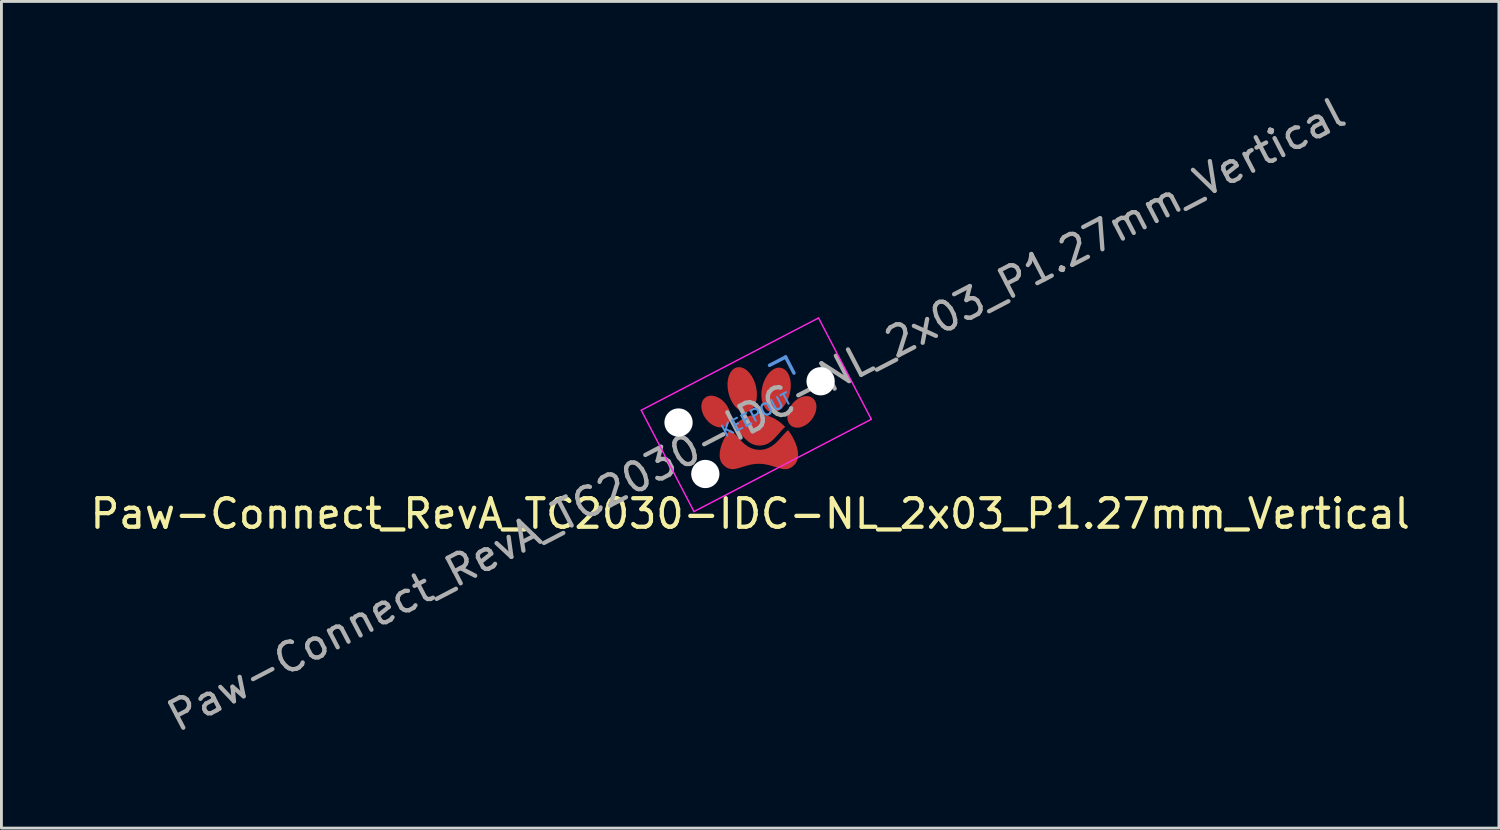
<source format=kicad_pcb>
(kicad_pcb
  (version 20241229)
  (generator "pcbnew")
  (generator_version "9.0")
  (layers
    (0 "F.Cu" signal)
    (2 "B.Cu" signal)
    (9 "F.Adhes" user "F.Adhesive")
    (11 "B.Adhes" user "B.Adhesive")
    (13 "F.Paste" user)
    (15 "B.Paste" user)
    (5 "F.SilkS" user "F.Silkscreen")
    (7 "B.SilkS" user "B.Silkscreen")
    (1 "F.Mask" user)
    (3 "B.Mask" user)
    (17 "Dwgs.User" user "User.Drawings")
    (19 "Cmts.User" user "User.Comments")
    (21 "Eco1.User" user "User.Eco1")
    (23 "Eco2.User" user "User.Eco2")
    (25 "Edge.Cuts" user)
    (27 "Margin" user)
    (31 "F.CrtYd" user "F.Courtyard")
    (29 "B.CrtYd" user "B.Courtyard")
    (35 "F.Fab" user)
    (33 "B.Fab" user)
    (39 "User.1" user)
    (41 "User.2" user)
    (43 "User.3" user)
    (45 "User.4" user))
  (footprint "Paw-Connect_RevA_TC2030-IDC-NL_2x03_P1.27mm_Vertical"
    (layer "F.Cu")
    (at 23.2 11.931)
    (property "Reference" "Paw-Connect_RevA_TC2030-IDC-NL_2x03_P1.27mm_Vertical" (at 0.02 3.01 0) (layer "F.SilkS") (effects (font (size 1 1) (thickness 0.15))))
    (attr exclude_from_pos_files exclude_from_bom)
    (fp_poly (pts (xy 0.391 -0.466) (xy 0.457 -0.459) (xy 0.522 -0.449) (xy 0.586 -0.435) (xy 0.649 -0.418) (xy 0.711 -0.397) (xy 0.771 -0.372) (xy 0.83 -0.344) (xy 0.888 -0.314) (xy 0.944 -0.28) (xy 0.998 -0.244) (xy 1.051 -0.206) (xy 1.102 -0.165) (xy 1.152 -0.122) (xy 1.199 -0.077) (xy 1.245 -0.03) (xy 1.219 -0.007) (xy 1.193 0.017) (xy 1.168 0.042) (xy 1.143 0.068) (xy 1.095 0.12) (xy 1.048 0.173) (xy 0.955 0.278) (xy 0.909 0.329) (xy 0.885 0.354) (xy 0.861 0.378) (xy 0.835 0.404) (xy 0.808 0.429) (xy 0.781 0.453) (xy 0.753 0.475) (xy 0.725 0.496) (xy 0.697 0.516) (xy 0.667 0.535) (xy 0.636 0.552) (xy 0.605 0.567) (xy 0.573 0.58) (xy 0.539 0.592) (xy 0.504 0.602) (xy 0.468 0.61) (xy 0.43 0.616) (xy 0.391 0.619) (xy 0.35 0.621) (xy 0.329 0.62) (xy 0.309 0.619) (xy 0.289 0.618) (xy 0.269 0.616) (xy 0.25 0.613) (xy 0.232 0.61) (xy 0.195 0.602) (xy 0.16 0.592) (xy 0.127 0.58) (xy 0.094 0.567) (xy 0.063 0.552) (xy 0.032 0.535) (xy 0.003 0.516) (xy -0.026 0.496) (xy -0.054 0.475) (xy -0.082 0.453) (xy -0.109 0.429) (xy -0.136 0.404) (xy -0.162 0.378) (xy -0.188 0.353) (xy -0.213 0.326) (xy -0.262 0.271) (xy -0.361 0.158) (xy -0.411 0.102) (xy -0.437 0.074) (xy -0.463 0.047) (xy -0.49 0.021) (xy -0.518 -0.005) (xy -0.546 -0.03) (xy -0.575 -0.055) (xy -0.529 -0.099) (xy -0.482 -0.142) (xy -0.434 -0.182) (xy -0.384 -0.221) (xy -0.332 -0.257) (xy -0.279 -0.291) (xy -0.224 -0.323) (xy -0.168 -0.352) (xy -0.111 -0.378) (xy -0.052 -0.401) (xy 0.008 -0.421) (xy 0.069 -0.437) (xy 0.131 -0.451) (xy 0.194 -0.46) (xy 0.258 -0.466) (xy 0.323 -0.468)) (stroke (width 0) (type solid)) (fill yes) (layer "F.Mask"))
    (fp_poly (pts (xy -0.356 -2.123) (xy -0.331 -2.121) (xy -0.306 -2.117) (xy -0.281 -2.111) (xy -0.256 -2.103) (xy -0.231 -2.094) (xy -0.206 -2.082) (xy -0.181 -2.069) (xy -0.157 -2.055) (xy -0.133 -2.038) (xy -0.109 -2.02) (xy -0.085 -2.001) (xy -0.062 -1.98) (xy -0.04 -1.958) (xy -0.018 -1.934) (xy 0.004 -1.908) (xy 0.025 -1.882) (xy 0.045 -1.854) (xy 0.065 -1.825) (xy 0.084 -1.794) (xy 0.102 -1.763) (xy 0.12 -1.73) (xy 0.136 -1.696) (xy 0.152 -1.661) (xy 0.167 -1.625) (xy 0.181 -1.588) (xy 0.194 -1.55) (xy 0.205 -1.511) (xy 0.216 -1.472) (xy 0.234 -1.392) (xy 0.246 -1.313) (xy 0.253 -1.236) (xy 0.255 -1.16) (xy 0.253 -1.087) (xy 0.245 -1.016) (xy 0.233 -0.949) (xy 0.216 -0.885) (xy 0.195 -0.825) (xy 0.17 -0.771) (xy 0.141 -0.721) (xy 0.107 -0.676) (xy 0.089 -0.656) (xy 0.07 -0.638) (xy 0.05 -0.621) (xy 0.03 -0.606) (xy 0.008 -0.593) (xy -0.015 -0.581) (xy -0.038 -0.571) (xy -0.062 -0.563) (xy -0.087 -0.557) (xy -0.112 -0.554) (xy -0.137 -0.552) (xy -0.162 -0.552) (xy -0.187 -0.554) (xy -0.212 -0.558) (xy -0.238 -0.564) (xy -0.263 -0.572) (xy -0.288 -0.581) (xy -0.313 -0.593) (xy -0.337 -0.606) (xy -0.362 -0.62) (xy -0.386 -0.637) (xy -0.409 -0.655) (xy -0.433 -0.674) (xy -0.456 -0.695) (xy -0.478 -0.718) (xy -0.501 -0.742) (xy -0.522 -0.767) (xy -0.543 -0.793) (xy -0.563 -0.821) (xy -0.583 -0.851) (xy -0.602 -0.881) (xy -0.62 -0.913) (xy -0.638 -0.945) (xy -0.654 -0.979) (xy -0.67 -1.014) (xy -0.685 -1.05) (xy -0.699 -1.087) (xy -0.712 -1.125) (xy -0.724 -1.164) (xy -0.734 -1.203) (xy -0.752 -1.283) (xy -0.764 -1.362) (xy -0.772 -1.44) (xy -0.774 -1.515) (xy -0.771 -1.589) (xy -0.763 -1.659) (xy -0.751 -1.727) (xy -0.734 -1.79) (xy -0.713 -1.85) (xy -0.688 -1.905) (xy -0.659 -1.955) (xy -0.626 -1.999) (xy -0.607 -2.019) (xy -0.588 -2.037) (xy -0.569 -2.054) (xy -0.548 -2.069) (xy -0.526 -2.083) (xy -0.504 -2.094) (xy -0.48 -2.104) (xy -0.456 -2.112) (xy -0.431 -2.118) (xy -0.406 -2.122) (xy -0.381 -2.123)) (stroke (width 0) (type solid)) (fill yes) (layer "F.Mask"))
    (fp_poly (pts (xy 1.052 -2.107) (xy 1.077 -2.104) (xy 1.102 -2.1) (xy 1.126 -2.094) (xy 1.151 -2.085) (xy 1.174 -2.075) (xy 1.196 -2.063) (xy 1.218 -2.049) (xy 1.239 -2.033) (xy 1.259 -2.016) (xy 1.277 -1.997) (xy 1.295 -1.977) (xy 1.329 -1.931) (xy 1.358 -1.881) (xy 1.383 -1.825) (xy 1.404 -1.765) (xy 1.42 -1.701) (xy 1.432 -1.634) (xy 1.439 -1.563) (xy 1.442 -1.49) (xy 1.44 -1.414) (xy 1.432 -1.337) (xy 1.42 -1.258) (xy 1.402 -1.179) (xy 1.391 -1.139) (xy 1.379 -1.101) (xy 1.366 -1.063) (xy 1.352 -1.026) (xy 1.337 -0.991) (xy 1.321 -0.956) (xy 1.304 -0.923) (xy 1.287 -0.89) (xy 1.268 -0.859) (xy 1.249 -0.829) (xy 1.23 -0.801) (xy 1.209 -0.773) (xy 1.188 -0.747) (xy 1.167 -0.722) (xy 1.144 -0.699) (xy 1.122 -0.677) (xy 1.099 -0.656) (xy 1.075 -0.638) (xy 1.051 -0.62) (xy 1.027 -0.604) (xy 1.003 -0.59) (xy 0.978 -0.578) (xy 0.953 -0.567) (xy 0.928 -0.558) (xy 0.903 -0.551) (xy 0.878 -0.546) (xy 0.853 -0.542) (xy 0.827 -0.54) (xy 0.802 -0.541) (xy 0.777 -0.543) (xy 0.752 -0.548) (xy 0.728 -0.554) (xy 0.703 -0.563) (xy 0.68 -0.573) (xy 0.658 -0.585) (xy 0.636 -0.599) (xy 0.615 -0.615) (xy 0.595 -0.632) (xy 0.576 -0.651) (xy 0.558 -0.671) (xy 0.525 -0.716) (xy 0.496 -0.767) (xy 0.471 -0.822) (xy 0.45 -0.882) (xy 0.434 -0.946) (xy 0.422 -1.014) (xy 0.414 -1.085) (xy 0.412 -1.158) (xy 0.414 -1.234) (xy 0.422 -1.311) (xy 0.434 -1.39) (xy 0.452 -1.469) (xy 0.452 -1.469) (xy 0.463 -1.508) (xy 0.475 -1.547) (xy 0.488 -1.585) (xy 0.502 -1.621) (xy 0.517 -1.657) (xy 0.533 -1.691) (xy 0.55 -1.725) (xy 0.567 -1.757) (xy 0.585 -1.788) (xy 0.605 -1.818) (xy 0.624 -1.847) (xy 0.645 -1.875) (xy 0.666 -1.901) (xy 0.687 -1.926) (xy 0.71 -1.949) (xy 0.732 -1.971) (xy 0.755 -1.991) (xy 0.779 -2.01) (xy 0.803 -2.028) (xy 0.827 -2.043) (xy 0.851 -2.057) (xy 0.876 -2.07) (xy 0.901 -2.081) (xy 0.926 -2.09) (xy 0.951 -2.097) (xy 0.976 -2.102) (xy 1.001 -2.106) (xy 1.027 -2.107)) (stroke (width 0) (type solid)) (fill yes) (layer "F.Mask"))
    (fp_poly (pts (xy -1.33 -1.124) (xy -1.307 -1.122) (xy -1.283 -1.12) (xy -1.259 -1.116) (xy -1.234 -1.11) (xy -1.21 -1.104) (xy -1.185 -1.096) (xy -1.161 -1.087) (xy -1.136 -1.077) (xy -1.112 -1.066) (xy -1.087 -1.053) (xy -1.063 -1.039) (xy -1.039 -1.024) (xy -1.015 -1.008) (xy -0.991 -0.991) (xy -0.968 -0.972) (xy -0.945 -0.953) (xy -0.922 -0.932) (xy -0.9 -0.91) (xy -0.857 -0.863) (xy -0.819 -0.814) (xy -0.786 -0.764) (xy -0.756 -0.713) (xy -0.73 -0.66) (xy -0.709 -0.607) (xy -0.693 -0.554) (xy -0.681 -0.501) (xy -0.673 -0.448) (xy -0.67 -0.397) (xy -0.67 -0.372) (xy -0.672 -0.347) (xy -0.675 -0.322) (xy -0.679 -0.299) (xy -0.684 -0.275) (xy -0.69 -0.253) (xy -0.698 -0.231) (xy -0.706 -0.209) (xy -0.716 -0.189) (xy -0.728 -0.169) (xy -0.74 -0.15) (xy -0.754 -0.132) (xy -0.769 -0.115) (xy -0.785 -0.099) (xy -0.802 -0.085) (xy -0.819 -0.072) (xy -0.838 -0.061) (xy -0.857 -0.05) (xy -0.876 -0.042) (xy -0.897 -0.034) (xy -0.918 -0.028) (xy -0.939 -0.023) (xy -0.961 -0.019) (xy -0.984 -0.017) (xy -1.007 -0.015) (xy -1.03 -0.016) (xy -1.053 -0.017) (xy -1.077 -0.02) (xy -1.101 -0.024) (xy -1.125 -0.029) (xy -1.15 -0.035) (xy -1.174 -0.043) (xy -1.199 -0.052) (xy -1.224 -0.062) (xy -1.248 -0.073) (xy -1.273 -0.086) (xy -1.297 -0.1) (xy -1.321 -0.115) (xy -1.345 -0.131) (xy -1.369 -0.148) (xy -1.392 -0.167) (xy -1.415 -0.187) (xy -1.438 -0.208) (xy -1.46 -0.23) (xy -1.502 -0.276) (xy -1.54 -0.325) (xy -1.574 -0.375) (xy -1.604 -0.427) (xy -1.629 -0.479) (xy -1.65 -0.532) (xy -1.667 -0.586) (xy -1.679 -0.639) (xy -1.687 -0.691) (xy -1.69 -0.743) (xy -1.689 -0.768) (xy -1.688 -0.793) (xy -1.685 -0.817) (xy -1.681 -0.841) (xy -1.676 -0.864) (xy -1.67 -0.887) (xy -1.662 -0.909) (xy -1.653 -0.93) (xy -1.643 -0.951) (xy -1.632 -0.97) (xy -1.62 -0.989) (xy -1.606 -1.007) (xy -1.591 -1.024) (xy -1.575 -1.04) (xy -1.558 -1.054) (xy -1.54 -1.067) (xy -1.522 -1.079) (xy -1.503 -1.089) (xy -1.483 -1.098) (xy -1.463 -1.105) (xy -1.442 -1.112) (xy -1.421 -1.117) (xy -1.399 -1.12) (xy -1.376 -1.123) (xy -1.353 -1.124)) (stroke (width 0) (type solid)) (fill yes) (layer "F.Mask"))
    (fp_poly (pts (xy 2.003 -1.11) (xy 2.026 -1.109) (xy 2.048 -1.107) (xy 2.07 -1.103) (xy 2.092 -1.097) (xy 2.113 -1.091) (xy 2.133 -1.083) (xy 2.153 -1.074) (xy 2.172 -1.064) (xy 2.19 -1.052) (xy 2.208 -1.039) (xy 2.224 -1.025) (xy 2.24 -1.009) (xy 2.255 -0.992) (xy 2.269 -0.974) (xy 2.282 -0.955) (xy 2.293 -0.935) (xy 2.303 -0.914) (xy 2.312 -0.893) (xy 2.319 -0.871) (xy 2.326 -0.848) (xy 2.331 -0.825) (xy 2.335 -0.801) (xy 2.337 -0.776) (xy 2.339 -0.752) (xy 2.339 -0.726) (xy 2.336 -0.675) (xy 2.328 -0.623) (xy 2.316 -0.57) (xy 2.299 -0.517) (xy 2.278 -0.464) (xy 2.253 -0.411) (xy 2.223 -0.36) (xy 2.189 -0.31) (xy 2.151 -0.262) (xy 2.109 -0.215) (xy 2.087 -0.194) (xy 2.064 -0.173) (xy 2.041 -0.153) (xy 2.017 -0.135) (xy 1.994 -0.118) (xy 1.97 -0.102) (xy 1.945 -0.087) (xy 1.921 -0.073) (xy 1.897 -0.061) (xy 1.872 -0.05) (xy 1.847 -0.04) (xy 1.823 -0.031) (xy 1.798 -0.024) (xy 1.774 -0.017) (xy 1.75 -0.012) (xy 1.726 -0.009) (xy 1.702 -0.006) (xy 1.678 -0.005) (xy 1.655 -0.005) (xy 1.632 -0.006) (xy 1.61 -0.009) (xy 1.588 -0.013) (xy 1.566 -0.018) (xy 1.545 -0.024) (xy 1.525 -0.032) (xy 1.505 -0.041) (xy 1.486 -0.051) (xy 1.468 -0.063) (xy 1.45 -0.076) (xy 1.434 -0.091) (xy 1.418 -0.106) (xy 1.403 -0.123) (xy 1.389 -0.141) (xy 1.376 -0.161) (xy 1.365 -0.18) (xy 1.355 -0.201) (xy 1.346 -0.222) (xy 1.339 -0.245) (xy 1.332 -0.267) (xy 1.327 -0.291) (xy 1.323 -0.314) (xy 1.321 -0.339) (xy 1.319 -0.364) (xy 1.319 -0.389) (xy 1.322 -0.44) (xy 1.33 -0.492) (xy 1.342 -0.545) (xy 1.359 -0.599) (xy 1.38 -0.651) (xy 1.405 -0.704) (xy 1.435 -0.755) (xy 1.469 -0.805) (xy 1.507 -0.854) (xy 1.549 -0.9) (xy 1.571 -0.922) (xy 1.594 -0.942) (xy 1.617 -0.962) (xy 1.641 -0.98) (xy 1.664 -0.998) (xy 1.688 -1.014) (xy 1.713 -1.028) (xy 1.737 -1.042) (xy 1.761 -1.054) (xy 1.786 -1.066) (xy 1.811 -1.075) (xy 1.835 -1.084) (xy 1.86 -1.092) (xy 1.884 -1.098) (xy 1.908 -1.103) (xy 1.932 -1.107) (xy 1.956 -1.109) (xy 1.98 -1.11)) (stroke (width 0) (type solid)) (fill yes) (layer "F.Mask"))
    (fp_poly (pts (xy -0.65 0.078) (xy -0.625 0.1) (xy -0.6 0.123) (xy -0.576 0.148) (xy -0.527 0.2) (xy -0.477 0.254) (xy -0.376 0.369) (xy -0.323 0.427) (xy -0.296 0.455) (xy -0.268 0.484) (xy -0.239 0.512) (xy -0.208 0.54) (xy -0.177 0.567) (xy -0.145 0.593) (xy -0.111 0.618) (xy -0.076 0.641) (xy -0.04 0.664) (xy -0.003 0.684) (xy 0.036 0.703) (xy 0.076 0.72) (xy 0.118 0.735) (xy 0.161 0.747) (xy 0.206 0.757) (xy 0.252 0.765) (xy 0.3 0.769) (xy 0.35 0.771) (xy 0.375 0.771) (xy 0.4 0.769) (xy 0.424 0.767) (xy 0.448 0.765) (xy 0.471 0.761) (xy 0.494 0.757) (xy 0.516 0.752) (xy 0.539 0.747) (xy 0.582 0.735) (xy 0.623 0.72) (xy 0.663 0.703) (xy 0.702 0.684) (xy 0.739 0.664) (xy 0.775 0.641) (xy 0.81 0.618) (xy 0.844 0.593) (xy 0.876 0.567) (xy 0.907 0.54) (xy 0.938 0.512) (xy 0.967 0.484) (xy 0.993 0.458) (xy 1.018 0.431) (xy 1.067 0.378) (xy 1.161 0.272) (xy 1.207 0.22) (xy 1.252 0.171) (xy 1.275 0.148) (xy 1.298 0.125) (xy 1.32 0.103) (xy 1.343 0.083) (xy 1.403 0.161) (xy 1.457 0.241) (xy 1.506 0.323) (xy 1.55 0.406) (xy 1.589 0.49) (xy 1.622 0.573) (xy 1.649 0.655) (xy 1.67 0.736) (xy 1.685 0.815) (xy 1.694 0.891) (xy 1.696 0.928) (xy 1.696 0.964) (xy 1.694 0.999) (xy 1.691 1.033) (xy 1.686 1.066) (xy 1.679 1.098) (xy 1.671 1.129) (xy 1.661 1.158) (xy 1.648 1.186) (xy 1.634 1.212) (xy 1.618 1.237) (xy 1.6 1.26) (xy 1.567 1.297) (xy 1.535 1.329) (xy 1.502 1.356) (xy 1.469 1.38) (xy 1.437 1.4) (xy 1.404 1.416) (xy 1.371 1.428) (xy 1.338 1.437) (xy 1.305 1.443) (xy 1.272 1.447) (xy 1.238 1.447) (xy 1.204 1.446) (xy 1.169 1.442) (xy 1.134 1.436) (xy 1.062 1.42) (xy 0.741 1.323) (xy 0.65 1.3) (xy 0.553 1.28) (xy 0.503 1.273) (xy 0.452 1.267) (xy 0.398 1.263) (xy 0.344 1.26) (xy 0.304 1.26) (xy 0.249 1.263) (xy 0.196 1.267) (xy 0.144 1.273) (xy 0.094 1.28) (xy 0.045 1.289) (xy -0.002 1.3) (xy -0.093 1.323) (xy -0.415 1.42) (xy -0.487 1.436) (xy -0.522 1.442) (xy -0.557 1.446) (xy -0.591 1.447) (xy -0.625 1.447) (xy -0.658 1.443) (xy -0.692 1.437) (xy -0.725 1.428) (xy -0.757 1.416) (xy -0.79 1.4) (xy -0.822 1.38) (xy -0.855 1.356) (xy -0.888 1.329) (xy -0.921 1.297) (xy -0.954 1.26) (xy -0.972 1.236) (xy -0.988 1.211) (xy -1.002 1.184) (xy -1.015 1.156) (xy -1.025 1.126) (xy -1.034 1.094) (xy -1.04 1.062) (xy -1.045 1.028) (xy -1.049 0.957) (xy -1.046 0.882) (xy -1.037 0.804) (xy -1.02 0.723) (xy -0.997 0.64) (xy -0.968 0.555) (xy -0.933 0.47) (xy -0.893 0.385) (xy -0.846 0.301) (xy -0.794 0.217) (xy -0.737 0.136) (xy -0.676 0.057)) (stroke (width 0) (type solid)) (fill yes) (layer "F.Mask"))
    (fp_line (start 0.697 -2.187) (end 1.26 -2.48) (stroke (width 0.12) (type solid)) (layer "Cmts.User"))
    (fp_line (start 1.26 -2.48) (end 1.553 -1.917) (stroke (width 0.12) (type solid)) (layer "Cmts.User"))
    (fp_line (start -3.795 -0.615) (end 2.414 -3.847) (stroke (width 0.05) (type solid)) (layer "F.CrtYd"))
    (fp_line (start -1.948 2.933) (end -3.795 -0.615) (stroke (width 0.05) (type solid)) (layer "F.CrtYd"))
    (fp_line (start 2.414 -3.847) (end 4.261 -0.299) (stroke (width 0.05) (type solid)) (layer "F.CrtYd"))
    (fp_line (start 4.261 -0.299) (end -1.948 2.933) (stroke (width 0.05) (type solid)) (layer "F.CrtYd"))
    (fp_text user "KEEPOUT" (at 0.233 -0.457 207.5) (layer "Cmts.User") (effects (font (size 0.4 0.4) (thickness 0.07))))
    (fp_text user "${REFERENCE}" (at 0.233 -0.457 207.5) (layer "F.Fab") (effects (font (size 1 1) (thickness 0.15))))
    (pad "" np_thru_hole circle (at -2.489 -0.185 207.5) (size 0.991 0.991) (drill 0.991) (layers "*.Cu" "*.Mask"))
    (pad "" np_thru_hole circle (at -1.551 1.617 207.5) (size 0.991 0.991) (drill 0.991) (layers "*.Cu" "*.Mask"))
    (pad "" np_thru_hole circle (at 2.486 -1.63 207.5) (size 0.991 0.991) (drill 0.991) (layers "*.Cu" "*.Mask"))
    (pad "1" connect custom (at 0.93 -1.28 207.5) (size 0.787 0.787) (layers "F.Cu" "F.Mask") (options (anchor circle)) (primitives (gr_poly (pts (xy -0.49 0.677) (xy -0.511 0.664) (xy -0.531 0.648) (xy -0.55 0.631) (xy -0.567 0.612) (xy -0.583 0.592) (xy -0.598 0.571) (xy -0.61 0.549) (xy -0.622 0.525) (xy -0.631 0.501) (xy -0.639 0.475) (xy -0.646 0.449) (xy -0.654 0.394) (xy -0.657 0.336) (xy -0.654 0.275) (xy -0.644 0.212) (xy -0.629 0.147) (xy -0.609 0.082) (xy -0.583 0.016) (xy -0.551 -0.05) (xy -0.514 -0.116) (xy -0.472 -0.182) (xy -0.424 -0.246) (xy -0.372 -0.308) (xy -0.344 -0.338) (xy -0.315 -0.366) (xy -0.286 -0.394) (xy -0.257 -0.42) (xy -0.227 -0.444) (xy -0.197 -0.468) (xy -0.167 -0.49) (xy -0.137 -0.51) (xy -0.106 -0.53) (xy -0.075 -0.547) (xy -0.044 -0.564) (xy -0.014 -0.579) (xy 0.017 -0.592) (xy 0.048 -0.604) (xy 0.078 -0.615) (xy 0.108 -0.623) (xy 0.138 -0.631) (xy 0.168 -0.637) (xy 0.197 -0.641) (xy 0.226 -0.644) (xy 0.254 -0.645) (xy 0.282 -0.645) (xy 0.309 -0.643) (xy 0.335 -0.639) (xy 0.361 -0.634) (xy 0.385 -0.627) (xy 0.409 -0.619) (xy 0.433 -0.609) (xy 0.455 -0.597) (xy 0.476 -0.583) (xy 0.496 -0.568) (xy 0.515 -0.55) (xy 0.532 -0.532) (xy 0.548 -0.512) (xy 0.562 -0.491) (xy 0.575 -0.468) (xy 0.586 -0.445) (xy 0.596 -0.42) (xy 0.604 -0.395) (xy 0.611 -0.369) (xy 0.619 -0.313) (xy 0.622 -0.255) (xy 0.618 -0.194) (xy 0.609 -0.131) (xy 0.594 -0.067) (xy 0.574 -0.001) (xy 0.547 0.065) (xy 0.516 0.131) (xy 0.479 0.197) (xy 0.437 0.262) (xy 0.389 0.326) (xy 0.337 0.388) (xy 0.337 0.388) (xy 0.309 0.418) (xy 0.28 0.447) (xy 0.251 0.474) (xy 0.222 0.5) (xy 0.192 0.525) (xy 0.162 0.548) (xy 0.132 0.57) (xy 0.101 0.591) (xy 0.071 0.61) (xy 0.04 0.628) (xy 0.009 0.644) (xy -0.022 0.659) (xy -0.052 0.673) (xy -0.083 0.685) (xy -0.113 0.695) (xy -0.144 0.704) (xy -0.173 0.712) (xy -0.203 0.717) (xy -0.232 0.722) (xy -0.261 0.725) (xy -0.289 0.726) (xy -0.317 0.726) (xy -0.344 0.724) (xy -0.37 0.72) (xy -0.396 0.715) (xy -0.421 0.708) (xy -0.445 0.699) (xy -0.468 0.689)) (width 0) (fill yes))))
    (pad "2" connect custom (at 1.82 -0.56 207.5) (size 0.787 0.787) (layers "F.Cu" "F.Mask") (options (anchor circle)) (primitives (gr_poly (pts (xy -0.416 0.404) (xy -0.436 0.392) (xy -0.455 0.379) (xy -0.473 0.366) (xy -0.489 0.351) (xy -0.505 0.336) (xy -0.519 0.32) (xy -0.533 0.302) (xy -0.545 0.284) (xy -0.555 0.266) (xy -0.565 0.246) (xy -0.573 0.225) (xy -0.58 0.204) (xy -0.585 0.182) (xy -0.589 0.16) (xy -0.592 0.137) (xy -0.593 0.114) (xy -0.592 0.091) (xy -0.59 0.068) (xy -0.586 0.045) (xy -0.581 0.022) (xy -0.575 -0.001) (xy -0.568 -0.024) (xy -0.559 -0.047) (xy -0.549 -0.07) (xy -0.537 -0.092) (xy -0.511 -0.136) (xy -0.48 -0.179) (xy -0.445 -0.22) (xy -0.405 -0.26) (xy -0.362 -0.297) (xy -0.315 -0.332) (xy -0.265 -0.364) (xy -0.212 -0.392) (xy -0.156 -0.418) (xy -0.097 -0.439) (xy -0.067 -0.448) (xy -0.038 -0.456) (xy -0.008 -0.463) (xy 0.021 -0.468) (xy 0.05 -0.473) (xy 0.079 -0.476) (xy 0.107 -0.478) (xy 0.135 -0.478) (xy 0.163 -0.478) (xy 0.189 -0.477) (xy 0.216 -0.474) (xy 0.242 -0.471) (xy 0.267 -0.466) (xy 0.291 -0.46) (xy 0.315 -0.453) (xy 0.338 -0.446) (xy 0.361 -0.437) (xy 0.382 -0.427) (xy 0.403 -0.416) (xy 0.422 -0.405) (xy 0.441 -0.392) (xy 0.459 -0.378) (xy 0.475 -0.364) (xy 0.491 -0.348) (xy 0.506 -0.332) (xy 0.519 -0.315) (xy 0.531 -0.297) (xy 0.542 -0.278) (xy 0.551 -0.258) (xy 0.559 -0.238) (xy 0.566 -0.217) (xy 0.572 -0.195) (xy 0.576 -0.172) (xy 0.578 -0.15) (xy 0.579 -0.127) (xy 0.578 -0.104) (xy 0.576 -0.081) (xy 0.573 -0.058) (xy 0.568 -0.034) (xy 0.561 -0.011) (xy 0.554 0.011) (xy 0.545 0.034) (xy 0.535 0.057) (xy 0.523 0.079) (xy 0.497 0.124) (xy 0.466 0.167) (xy 0.431 0.208) (xy 0.392 0.247) (xy 0.348 0.284) (xy 0.302 0.319) (xy 0.251 0.351) (xy 0.198 0.38) (xy 0.142 0.405) (xy 0.083 0.427) (xy 0.054 0.436) (xy 0.024 0.444) (xy -0.006 0.45) (xy -0.035 0.456) (xy -0.064 0.46) (xy -0.093 0.463) (xy -0.121 0.465) (xy -0.149 0.466) (xy -0.176 0.466) (xy -0.203 0.464) (xy -0.23 0.462) (xy -0.255 0.458) (xy -0.281 0.453) (xy -0.305 0.448) (xy -0.329 0.441) (xy -0.352 0.433) (xy -0.374 0.424) (xy -0.396 0.414)) (width 0) (fill yes))))
    (pad "3" connect custom (at -0.27 -1.3 207.5) (size 0.787 0.787) (layers "F.Cu" "F.Mask") (options (anchor circle)) (primitives (gr_poly (pts (xy -0.304 0.77) (xy -0.325 0.757) (xy -0.345 0.741) (xy -0.365 0.724) (xy -0.384 0.706) (xy -0.402 0.686) (xy -0.418 0.664) (xy -0.434 0.641) (xy -0.449 0.617) (xy -0.463 0.592) (xy -0.476 0.565) (xy -0.487 0.537) (xy -0.498 0.507) (xy -0.508 0.477) (xy -0.516 0.446) (xy -0.524 0.413) (xy -0.53 0.38) (xy -0.535 0.346) (xy -0.539 0.311) (xy -0.542 0.275) (xy -0.544 0.239) (xy -0.544 0.201) (xy -0.543 0.164) (xy -0.541 0.125) (xy -0.538 0.087) (xy -0.533 0.048) (xy -0.527 0.008) (xy -0.519 -0.032) (xy -0.511 -0.072) (xy -0.489 -0.151) (xy -0.464 -0.227) (xy -0.434 -0.299) (xy -0.401 -0.367) (xy -0.365 -0.431) (xy -0.326 -0.49) (xy -0.284 -0.544) (xy -0.24 -0.593) (xy -0.193 -0.636) (xy -0.146 -0.673) (xy -0.097 -0.703) (xy -0.047 -0.727) (xy -0.021 -0.737) (xy 0.004 -0.744) (xy 0.029 -0.75) (xy 0.055 -0.754) (xy 0.08 -0.756) (xy 0.106 -0.756) (xy 0.131 -0.754) (xy 0.156 -0.749) (xy 0.181 -0.743) (xy 0.204 -0.735) (xy 0.227 -0.725) (xy 0.25 -0.713) (xy 0.271 -0.7) (xy 0.291 -0.685) (xy 0.311 -0.668) (xy 0.33 -0.649) (xy 0.347 -0.629) (xy 0.364 -0.608) (xy 0.38 -0.585) (xy 0.395 -0.56) (xy 0.409 -0.535) (xy 0.422 -0.508) (xy 0.433 -0.48) (xy 0.444 -0.451) (xy 0.454 -0.42) (xy 0.462 -0.389) (xy 0.47 -0.357) (xy 0.476 -0.323) (xy 0.481 -0.289) (xy 0.485 -0.254) (xy 0.488 -0.218) (xy 0.49 -0.182) (xy 0.49 -0.145) (xy 0.489 -0.107) (xy 0.487 -0.069) (xy 0.484 -0.03) (xy 0.479 0.009) (xy 0.473 0.049) (xy 0.465 0.089) (xy 0.456 0.129) (xy 0.435 0.208) (xy 0.41 0.283) (xy 0.38 0.356) (xy 0.347 0.424) (xy 0.311 0.487) (xy 0.272 0.546) (xy 0.23 0.601) (xy 0.186 0.649) (xy 0.139 0.692) (xy 0.092 0.729) (xy 0.043 0.76) (xy -0.007 0.784) (xy -0.033 0.793) (xy -0.058 0.801) (xy -0.083 0.807) (xy -0.109 0.811) (xy -0.134 0.812) (xy -0.16 0.812) (xy -0.185 0.81) (xy -0.21 0.806) (xy -0.235 0.8) (xy -0.258 0.792) (xy -0.281 0.782)) (width 0) (fill yes))))
    (pad "4" connect custom (at 0.34 0.04 207.5) (size 0.787 0.787) (layers "F.Cu" "F.Mask") (options (anchor circle)) (primitives (gr_poly (pts (xy -0.278 0.425) (xy -0.334 0.389) (xy -0.388 0.35) (xy -0.438 0.308) (xy -0.486 0.263) (xy -0.53 0.216) (xy -0.573 0.166) (xy -0.612 0.115) (xy -0.649 0.061) (xy -0.683 0.005) (xy -0.715 -0.052) (xy -0.744 -0.11) (xy -0.771 -0.17) (xy -0.795 -0.231) (xy -0.816 -0.293) (xy -0.836 -0.356) (xy -0.801 -0.364) (xy -0.767 -0.374) (xy -0.733 -0.384) (xy -0.7 -0.395) (xy -0.633 -0.419) (xy -0.566 -0.444) (xy -0.436 -0.495) (xy -0.371 -0.519) (xy -0.338 -0.53) (xy -0.306 -0.541) (xy -0.271 -0.551) (xy -0.236 -0.561) (xy -0.201 -0.57) (xy -0.166 -0.577) (xy -0.131 -0.583) (xy -0.096 -0.587) (xy -0.062 -0.59) (xy -0.027 -0.591) (xy 0.008 -0.59) (xy 0.043 -0.587) (xy 0.079 -0.582) (xy 0.114 -0.574) (xy 0.15 -0.564) (xy 0.186 -0.552) (xy 0.223 -0.537) (xy 0.26 -0.52) (xy 0.278 -0.51) (xy 0.295 -0.499) (xy 0.312 -0.489) (xy 0.328 -0.478) (xy 0.344 -0.467) (xy 0.359 -0.456) (xy 0.388 -0.432) (xy 0.414 -0.407) (xy 0.439 -0.381) (xy 0.461 -0.354) (xy 0.482 -0.326) (xy 0.501 -0.297) (xy 0.519 -0.267) (xy 0.536 -0.236) (xy 0.551 -0.204) (xy 0.565 -0.171) (xy 0.578 -0.138) (xy 0.59 -0.103) (xy 0.602 -0.068) (xy 0.612 -0.034) (xy 0.622 0.001) (xy 0.641 0.073) (xy 0.676 0.219) (xy 0.695 0.292) (xy 0.705 0.328) (xy 0.716 0.365) (xy 0.727 0.401) (xy 0.74 0.436) (xy 0.753 0.472) (xy 0.768 0.506) (xy 0.707 0.525) (xy 0.646 0.541) (xy 0.584 0.554) (xy 0.521 0.566) (xy 0.459 0.574) (xy 0.396 0.58) (xy 0.333 0.582) (xy 0.27 0.582) (xy 0.207 0.579) (xy 0.144 0.572) (xy 0.082 0.562) (xy 0.02 0.549) (xy -0.041 0.532) (xy -0.101 0.511) (xy -0.161 0.486) (xy -0.22 0.458)) (width 0) (fill yes))))
    (pad "5" connect custom (at -1.18 -0.58 207.5) (size 0.787 0.787) (layers "F.Cu" "F.Mask") (options (anchor circle)) (primitives (gr_poly (pts (xy -0.118 0.552) (xy -0.138 0.539) (xy -0.158 0.526) (xy -0.178 0.511) (xy -0.197 0.496) (xy -0.215 0.479) (xy -0.234 0.46) (xy -0.251 0.441) (xy -0.268 0.421) (xy -0.285 0.399) (xy -0.301 0.377) (xy -0.316 0.354) (xy -0.331 0.329) (xy -0.344 0.304) (xy -0.357 0.277) (xy -0.37 0.25) (xy -0.381 0.222) (xy -0.391 0.193) (xy -0.401 0.163) (xy -0.417 0.102) (xy -0.428 0.042) (xy -0.435 -0.019) (xy -0.437 -0.078) (xy -0.436 -0.137) (xy -0.43 -0.194) (xy -0.42 -0.248) (xy -0.406 -0.301) (xy -0.389 -0.351) (xy -0.368 -0.398) (xy -0.356 -0.42) (xy -0.343 -0.441) (xy -0.329 -0.462) (xy -0.315 -0.481) (xy -0.3 -0.499) (xy -0.284 -0.517) (xy -0.267 -0.533) (xy -0.249 -0.548) (xy -0.231 -0.561) (xy -0.211 -0.573) (xy -0.191 -0.584) (xy -0.171 -0.594) (xy -0.15 -0.602) (xy -0.128 -0.609) (xy -0.107 -0.614) (xy -0.085 -0.617) (xy -0.064 -0.619) (xy -0.042 -0.619) (xy -0.021 -0.618) (xy 0.001 -0.615) (xy 0.022 -0.611) (xy 0.044 -0.606) (xy 0.065 -0.599) (xy 0.086 -0.59) (xy 0.107 -0.581) (xy 0.127 -0.57) (xy 0.148 -0.558) (xy 0.167 -0.544) (xy 0.187 -0.53) (xy 0.206 -0.514) (xy 0.225 -0.497) (xy 0.243 -0.479) (xy 0.261 -0.46) (xy 0.278 -0.439) (xy 0.294 -0.418) (xy 0.31 -0.395) (xy 0.325 -0.372) (xy 0.34 -0.347) (xy 0.354 -0.322) (xy 0.367 -0.296) (xy 0.379 -0.268) (xy 0.39 -0.24) (xy 0.401 -0.211) (xy 0.41 -0.181) (xy 0.426 -0.121) (xy 0.437 -0.06) (xy 0.444 0.000343) (xy 0.447 0.06) (xy 0.445 0.118) (xy 0.439 0.175) (xy 0.429 0.23) (xy 0.416 0.283) (xy 0.398 0.333) (xy 0.377 0.38) (xy 0.365 0.402) (xy 0.352 0.423) (xy 0.339 0.443) (xy 0.324 0.463) (xy 0.309 0.481) (xy 0.293 0.498) (xy 0.276 0.514) (xy 0.258 0.529) (xy 0.24 0.543) (xy 0.221 0.555) (xy 0.201 0.566) (xy 0.18 0.576) (xy 0.159 0.584) (xy 0.138 0.59) (xy 0.116 0.595) (xy 0.095 0.598) (xy 0.073 0.6) (xy 0.052 0.601) (xy 0.03 0.599) (xy 0.009 0.597) (xy -0.013 0.593) (xy -0.034 0.587) (xy -0.056 0.58) (xy -0.077 0.572) (xy -0.097 0.562)) (width 0) (fill yes))))
    (pad "6" connect custom (at -0.56 0.88 207.5) (size 0.787 0.787) (layers "F.Cu" "F.Mask") (options (anchor circle)) (primitives (gr_poly (pts (xy -0.29 0.753) (xy -0.302 0.722) (xy -0.313 0.69) (xy -0.324 0.657) (xy -0.344 0.588) (xy -0.362 0.517) (xy -0.399 0.369) (xy -0.419 0.293) (xy -0.43 0.255) (xy -0.442 0.217) (xy -0.455 0.178) (xy -0.469 0.139) (xy -0.484 0.101) (xy -0.501 0.063) (xy -0.519 0.025) (xy -0.539 -0.012) (xy -0.561 -0.048) (xy -0.585 -0.084) (xy -0.61 -0.118) (xy -0.638 -0.152) (xy -0.668 -0.184) (xy -0.701 -0.215) (xy -0.736 -0.245) (xy -0.773 -0.273) (xy -0.814 -0.299) (xy -0.857 -0.323) (xy -0.88 -0.335) (xy -0.902 -0.345) (xy -0.925 -0.354) (xy -0.947 -0.363) (xy -0.969 -0.371) (xy -0.992 -0.378) (xy -1.014 -0.384) (xy -1.036 -0.389) (xy -1.08 -0.398) (xy -1.124 -0.404) (xy -1.167 -0.408) (xy -1.21 -0.409) (xy -1.253 -0.408) (xy -1.295 -0.405) (xy -1.336 -0.4) (xy -1.378 -0.393) (xy -1.418 -0.385) (xy -1.459 -0.376) (xy -1.498 -0.365) (xy -1.537 -0.354) (xy -1.572 -0.342) (xy -1.607 -0.33) (xy -1.675 -0.306) (xy -1.808 -0.255) (xy -1.872 -0.231) (xy -1.935 -0.208) (xy -1.966 -0.198) (xy -1.996 -0.188) (xy -2.027 -0.18) (xy -2.057 -0.172) (xy -2.073 -0.268) (xy -2.084 -0.365) (xy -2.09 -0.46) (xy -2.09 -0.554) (xy -2.086 -0.646) (xy -2.077 -0.735) (xy -2.063 -0.821) (xy -2.045 -0.902) (xy -2.022 -0.979) (xy -1.994 -1.051) (xy -1.979 -1.084) (xy -1.962 -1.116) (xy -1.945 -1.147) (xy -1.926 -1.176) (xy -1.906 -1.203) (xy -1.886 -1.228) (xy -1.864 -1.251) (xy -1.841 -1.272) (xy -1.818 -1.291) (xy -1.793 -1.308) (xy -1.767 -1.322) (xy -1.741 -1.335) (xy -1.695 -1.352) (xy -1.651 -1.365) (xy -1.609 -1.375) (xy -1.569 -1.381) (xy -1.531 -1.383) (xy -1.495 -1.382) (xy -1.46 -1.378) (xy -1.427 -1.371) (xy -1.394 -1.361) (xy -1.363 -1.349) (xy -1.333 -1.334) (xy -1.303 -1.316) (xy -1.274 -1.297) (xy -1.246 -1.276) (xy -1.189 -1.228) (xy -0.949 -0.994) (xy -0.879 -0.931) (xy -0.803 -0.869) (xy -0.762 -0.839) (xy -0.719 -0.81) (xy -0.673 -0.782) (xy -0.626 -0.755) (xy -0.59 -0.736) (xy -0.541 -0.713) (xy -0.492 -0.692) (xy -0.443 -0.673) (xy -0.395 -0.657) (xy -0.348 -0.642) (xy -0.301 -0.63) (xy -0.209 -0.608) (xy 0.121 -0.546) (xy 0.192 -0.527) (xy 0.226 -0.516) (xy 0.259 -0.503) (xy 0.29 -0.489) (xy 0.319 -0.473) (xy 0.347 -0.454) (xy 0.374 -0.433) (xy 0.399 -0.41) (xy 0.422 -0.384) (xy 0.444 -0.355) (xy 0.464 -0.322) (xy 0.482 -0.286) (xy 0.498 -0.247) (xy 0.512 -0.203) (xy 0.525 -0.155) (xy 0.53 -0.126) (xy 0.533 -0.096) (xy 0.533 -0.065) (xy 0.531 -0.034) (xy 0.526 -0.003) (xy 0.519 0.029) (xy 0.51 0.061) (xy 0.499 0.093) (xy 0.469 0.158) (xy 0.432 0.223) (xy 0.387 0.288) (xy 0.336 0.352) (xy 0.277 0.415) (xy 0.212 0.476) (xy 0.142 0.536) (xy 0.067 0.592) (xy -0.014 0.646) (xy -0.098 0.696) (xy -0.186 0.742) (xy -0.278 0.783)) (width 0) (fill yes))))
    (zone (net_name "") (layer "F.Cu") (hatch full 0.508) (connect_pads) (min_thickness 0.254) (filled_areas_thickness no) (keepout (tracks allowed) (vias not_allowed) (pads allowed) (copperpour not_allowed) (footprints not_allowed)) (placement (enabled no)) (fill) (polygon (pts (xy 22.6 12.624) (xy 24.853 11.451) (xy 24.267 10.325) (xy 22.014 11.497)))))
  (gr_rect
    (start -3 -3)
    (end 49.44 25.949)
    (stroke (width 0.1) (type default))
    (fill no)
    (layer "Edge.Cuts")))
</source>
